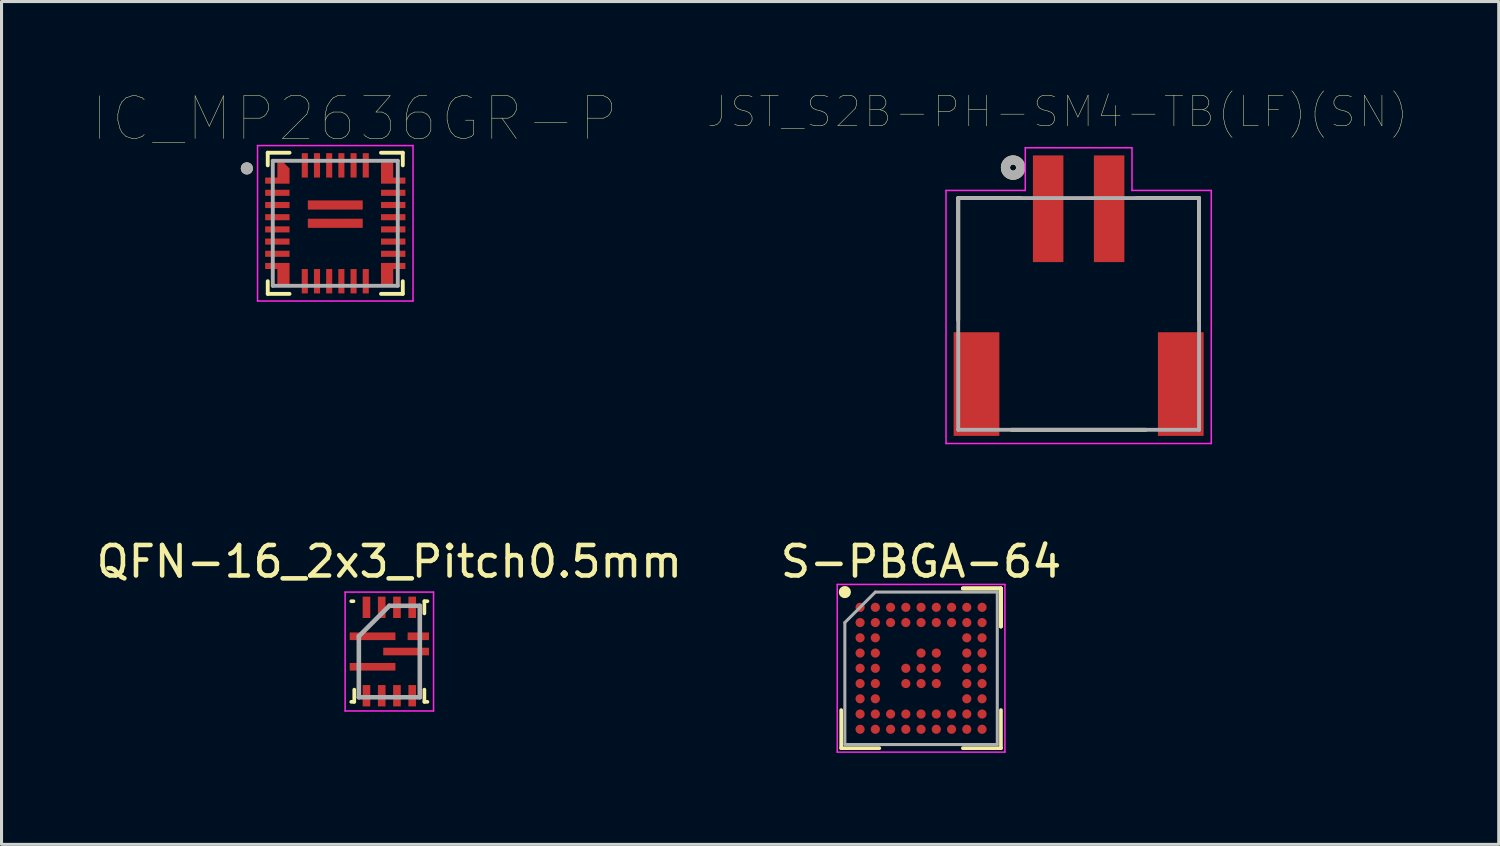
<source format=kicad_pcb>
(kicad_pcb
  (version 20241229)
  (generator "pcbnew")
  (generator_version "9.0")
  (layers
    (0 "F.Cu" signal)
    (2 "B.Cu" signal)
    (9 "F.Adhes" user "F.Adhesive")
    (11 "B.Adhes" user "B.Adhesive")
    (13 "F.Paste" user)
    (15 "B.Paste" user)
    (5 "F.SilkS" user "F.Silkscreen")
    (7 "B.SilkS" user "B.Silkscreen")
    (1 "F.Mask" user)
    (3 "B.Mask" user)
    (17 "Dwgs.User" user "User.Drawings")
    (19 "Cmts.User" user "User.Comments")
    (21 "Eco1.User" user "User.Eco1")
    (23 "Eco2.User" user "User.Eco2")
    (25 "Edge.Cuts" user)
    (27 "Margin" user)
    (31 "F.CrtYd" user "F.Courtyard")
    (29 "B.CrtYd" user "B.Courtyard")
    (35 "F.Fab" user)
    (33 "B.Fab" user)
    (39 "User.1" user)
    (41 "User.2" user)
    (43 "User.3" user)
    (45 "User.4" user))
  (footprint "S-PBGA-64"
    (layer "F.Cu")
    (at 27.161 18.87)
    (property "Reference" "S-PBGA-64" (at 0 -3.5 0) (layer "F.SilkS") (effects (font (size 1 1) (thickness 0.15))))
    (attr smd)
    (fp_line (start -2.62 2.62) (end -2.62 1.37) (stroke (width 0.12) (type solid)) (layer "F.SilkS"))
    (fp_line (start -1.37 2.62) (end -2.62 2.62) (stroke (width 0.12) (type solid)) (layer "F.SilkS"))
    (fp_line (start 1.37 -2.62) (end 2.62 -2.62) (stroke (width 0.12) (type solid)) (layer "F.SilkS"))
    (fp_line (start 1.37 -2.62) (end 2.62 -2.62) (stroke (width 0.12) (type solid)) (layer "F.SilkS"))
    (fp_line (start 1.37 -2.62) (end 2.62 -2.62) (stroke (width 0.12) (type solid)) (layer "F.SilkS"))
    (fp_line (start 1.37 2.62) (end 2.62 2.62) (stroke (width 0.12) (type solid)) (layer "F.SilkS"))
    (fp_line (start 2.62 -2.62) (end 2.62 -1.37) (stroke (width 0.12) (type solid)) (layer "F.SilkS"))
    (fp_line (start 2.62 -2.62) (end 2.62 -1.37) (stroke (width 0.12) (type solid)) (layer "F.SilkS"))
    (fp_line (start 2.62 -2.62) (end 2.62 -1.37) (stroke (width 0.12) (type solid)) (layer "F.SilkS"))
    (fp_line (start 2.62 2.62) (end 2.62 1.37) (stroke (width 0.12) (type solid)) (layer "F.SilkS"))
    (fp_circle (center -2.5 -2.5) (end -2.5 -2.4) (stroke (width 0.2) (type solid)) (fill no) (layer "F.SilkS"))
    (fp_line (start -2.75 -2.75) (end 2.75 -2.75) (stroke (width 0.05) (type solid)) (layer "F.CrtYd"))
    (fp_line (start -2.75 2.75) (end -2.75 -2.75) (stroke (width 0.05) (type solid)) (layer "F.CrtYd"))
    (fp_line (start 2.75 -2.75) (end 2.75 2.75) (stroke (width 0.05) (type solid)) (layer "F.CrtYd"))
    (fp_line (start 2.75 2.75) (end -2.75 2.75) (stroke (width 0.05) (type solid)) (layer "F.CrtYd"))
    (fp_line (start -2.5 -1.5) (end -2.5 2.5) (stroke (width 0.1) (type solid)) (layer "F.Fab"))
    (fp_line (start -2.5 2.5) (end 2.5 2.5) (stroke (width 0.1) (type solid)) (layer "F.Fab"))
    (fp_line (start -1.5 -2.5) (end -2.5 -1.5) (stroke (width 0.1) (type solid)) (layer "F.Fab"))
    (fp_line (start 2.5 -2.5) (end -1.5 -2.5) (stroke (width 0.1) (type solid)) (layer "F.Fab"))
    (fp_line (start 2.5 2.5) (end 2.5 -2.5) (stroke (width 0.1) (type solid)) (layer "F.Fab"))
    (pad "A1" smd circle (at -2 -2) (size 0.3 0.3) (layers "F.Cu" "F.Mask" "F.Paste"))
    (pad "A2" smd circle (at -1.5 -2) (size 0.3 0.3) (layers "F.Cu" "F.Mask" "F.Paste"))
    (pad "A3" smd circle (at -1 -2) (size 0.3 0.3) (layers "F.Cu" "F.Mask" "F.Paste"))
    (pad "A4" smd circle (at -0.5 -2) (size 0.3 0.3) (layers "F.Cu" "F.Mask" "F.Paste"))
    (pad "A5" smd circle (at 0 -2) (size 0.3 0.3) (layers "F.Cu" "F.Mask" "F.Paste"))
    (pad "A6" smd circle (at 0.5 -2) (size 0.3 0.3) (layers "F.Cu" "F.Mask" "F.Paste"))
    (pad "A7" smd circle (at 1 -2) (size 0.3 0.3) (layers "F.Cu" "F.Mask" "F.Paste"))
    (pad "A8" smd circle (at 1.5 -2) (size 0.3 0.3) (layers "F.Cu" "F.Mask" "F.Paste"))
    (pad "A9" smd circle (at 2 -2) (size 0.3 0.3) (layers "F.Cu" "F.Mask" "F.Paste"))
    (pad "B1" smd circle (at -2 -1.5) (size 0.3 0.3) (layers "F.Cu" "F.Mask" "F.Paste"))
    (pad "B2" smd circle (at -1.5 -1.5) (size 0.3 0.3) (layers "F.Cu" "F.Mask" "F.Paste"))
    (pad "B3" smd circle (at -1 -1.5) (size 0.3 0.3) (layers "F.Cu" "F.Mask" "F.Paste"))
    (pad "B4" smd circle (at -0.5 -1.5) (size 0.3 0.3) (layers "F.Cu" "F.Mask" "F.Paste"))
    (pad "B5" smd circle (at 0 -1.5) (size 0.3 0.3) (layers "F.Cu" "F.Mask" "F.Paste"))
    (pad "B6" smd circle (at 0.5 -1.5) (size 0.3 0.3) (layers "F.Cu" "F.Mask" "F.Paste"))
    (pad "B7" smd circle (at 1 -1.5) (size 0.3 0.3) (layers "F.Cu" "F.Mask" "F.Paste"))
    (pad "B8" smd circle (at 1.5 -1.5) (size 0.3 0.3) (layers "F.Cu" "F.Mask" "F.Paste"))
    (pad "B9" smd circle (at 2 -1.5) (size 0.3 0.3) (layers "F.Cu" "F.Mask" "F.Paste"))
    (pad "C1" smd circle (at -2 -1) (size 0.3 0.3) (layers "F.Cu" "F.Mask" "F.Paste"))
    (pad "C2" smd circle (at -1.5 -1) (size 0.3 0.3) (layers "F.Cu" "F.Mask" "F.Paste"))
    (pad "C8" smd circle (at 1.5 -1) (size 0.3 0.3) (layers "F.Cu" "F.Mask" "F.Paste"))
    (pad "C9" smd circle (at 2 -1) (size 0.3 0.3) (layers "F.Cu" "F.Mask" "F.Paste"))
    (pad "D1" smd circle (at -2 -0.5) (size 0.3 0.3) (layers "F.Cu" "F.Mask" "F.Paste"))
    (pad "D2" smd circle (at -1.5 -0.5) (size 0.3 0.3) (layers "F.Cu" "F.Mask" "F.Paste"))
    (pad "D5" smd circle (at 0 -0.5) (size 0.3 0.3) (layers "F.Cu" "F.Mask" "F.Paste"))
    (pad "D6" smd circle (at 0.5 -0.5) (size 0.3 0.3) (layers "F.Cu" "F.Mask" "F.Paste"))
    (pad "D8" smd circle (at 1.5 -0.5) (size 0.3 0.3) (layers "F.Cu" "F.Mask" "F.Paste"))
    (pad "D9" smd circle (at 2 -0.5) (size 0.3 0.3) (layers "F.Cu" "F.Mask" "F.Paste"))
    (pad "E1" smd circle (at -2 0) (size 0.3 0.3) (layers "F.Cu" "F.Mask" "F.Paste"))
    (pad "E2" smd circle (at -1.5 0) (size 0.3 0.3) (layers "F.Cu" "F.Mask" "F.Paste"))
    (pad "E4" smd circle (at -0.5 0) (size 0.3 0.3) (layers "F.Cu" "F.Mask" "F.Paste"))
    (pad "E5" smd circle (at 0 0) (size 0.3 0.3) (layers "F.Cu" "F.Mask" "F.Paste"))
    (pad "E6" smd circle (at 0.5 0) (size 0.3 0.3) (layers "F.Cu" "F.Mask" "F.Paste"))
    (pad "E8" smd circle (at 1.5 0) (size 0.3 0.3) (layers "F.Cu" "F.Mask" "F.Paste"))
    (pad "E9" smd circle (at 2 0) (size 0.3 0.3) (layers "F.Cu" "F.Mask" "F.Paste"))
    (pad "F1" smd circle (at -2 0.5) (size 0.3 0.3) (layers "F.Cu" "F.Mask" "F.Paste"))
    (pad "F2" smd circle (at -1.5 0.5) (size 0.3 0.3) (layers "F.Cu" "F.Mask" "F.Paste"))
    (pad "F4" smd circle (at -0.5 0.5) (size 0.3 0.3) (layers "F.Cu" "F.Mask" "F.Paste"))
    (pad "F5" smd circle (at 0 0.5) (size 0.3 0.3) (layers "F.Cu" "F.Mask" "F.Paste"))
    (pad "F6" smd circle (at 0.5 0.5) (size 0.3 0.3) (layers "F.Cu" "F.Mask" "F.Paste"))
    (pad "F8" smd circle (at 1.5 0.5) (size 0.3 0.3) (layers "F.Cu" "F.Mask" "F.Paste"))
    (pad "F9" smd circle (at 2 0.5) (size 0.3 0.3) (layers "F.Cu" "F.Mask" "F.Paste"))
    (pad "G1" smd circle (at -2 1) (size 0.3 0.3) (layers "F.Cu" "F.Mask" "F.Paste"))
    (pad "G2" smd circle (at -1.5 1) (size 0.3 0.3) (layers "F.Cu" "F.Mask" "F.Paste"))
    (pad "G8" smd circle (at 1.5 1) (size 0.3 0.3) (layers "F.Cu" "F.Mask" "F.Paste"))
    (pad "G9" smd circle (at 2 1) (size 0.3 0.3) (layers "F.Cu" "F.Mask" "F.Paste"))
    (pad "H1" smd circle (at -2 1.5) (size 0.3 0.3) (layers "F.Cu" "F.Mask" "F.Paste"))
    (pad "H2" smd circle (at -1.5 1.5) (size 0.3 0.3) (layers "F.Cu" "F.Mask" "F.Paste"))
    (pad "H3" smd circle (at -1 1.5) (size 0.3 0.3) (layers "F.Cu" "F.Mask" "F.Paste"))
    (pad "H4" smd circle (at -0.5 1.5) (size 0.3 0.3) (layers "F.Cu" "F.Mask" "F.Paste"))
    (pad "H5" smd circle (at 0 1.5) (size 0.3 0.3) (layers "F.Cu" "F.Mask" "F.Paste"))
    (pad "H6" smd circle (at 0.5 1.5) (size 0.3 0.3) (layers "F.Cu" "F.Mask" "F.Paste"))
    (pad "H7" smd circle (at 1 1.5) (size 0.3 0.3) (layers "F.Cu" "F.Mask" "F.Paste"))
    (pad "H8" smd circle (at 1.5 1.5) (size 0.3 0.3) (layers "F.Cu" "F.Mask" "F.Paste"))
    (pad "H9" smd circle (at 2 1.5) (size 0.3 0.3) (layers "F.Cu" "F.Mask" "F.Paste"))
    (pad "J1" smd circle (at -2 2) (size 0.3 0.3) (layers "F.Cu" "F.Mask" "F.Paste"))
    (pad "J2" smd circle (at -1.5 2) (size 0.3 0.3) (layers "F.Cu" "F.Mask" "F.Paste"))
    (pad "J3" smd circle (at -1 2) (size 0.3 0.3) (layers "F.Cu" "F.Mask" "F.Paste"))
    (pad "J4" smd circle (at -0.5 2) (size 0.3 0.3) (layers "F.Cu" "F.Mask" "F.Paste"))
    (pad "J5" smd circle (at 0 2) (size 0.3 0.3) (layers "F.Cu" "F.Mask" "F.Paste"))
    (pad "J6" smd circle (at 0.5 2) (size 0.3 0.3) (layers "F.Cu" "F.Mask" "F.Paste"))
    (pad "J7" smd circle (at 1 2) (size 0.3 0.3) (layers "F.Cu" "F.Mask" "F.Paste"))
    (pad "J8" smd circle (at 1.5 2) (size 0.3 0.3) (layers "F.Cu" "F.Mask" "F.Paste"))
    (pad "J9" smd circle (at 2 2) (size 0.3 0.3) (layers "F.Cu" "F.Mask" "F.Paste")))
  (footprint "IC_MP2636GR-P"
    (layer "F.Cu")
    (at 7.947 4.274)
    (property "Reference" "IC_MP2636GR-P" (at 0.635 -3.429 0) (layer "F.SilkS") (effects (font (size 1.4 1.4) (thickness 0.015))))
    (attr through_hole)
    (fp_line (start -2.215 -2.315) (end -1.5 -2.315) (stroke (width 0.127) (type solid)) (layer "F.SilkS"))
    (fp_line (start -2.215 -1.9) (end -2.215 -2.315) (stroke (width 0.127) (type solid)) (layer "F.SilkS"))
    (fp_line (start -2.215 1.9) (end -2.215 2.315) (stroke (width 0.127) (type solid)) (layer "F.SilkS"))
    (fp_line (start -2.215 2.315) (end -1.5 2.315) (stroke (width 0.127) (type solid)) (layer "F.SilkS"))
    (fp_line (start 2.215 -2.315) (end 1.5 -2.315) (stroke (width 0.127) (type solid)) (layer "F.SilkS"))
    (fp_line (start 2.215 -1.9) (end 2.215 -2.315) (stroke (width 0.127) (type solid)) (layer "F.SilkS"))
    (fp_line (start 2.215 1.9) (end 2.215 2.315) (stroke (width 0.127) (type solid)) (layer "F.SilkS"))
    (fp_line (start 2.215 2.315) (end 1.5 2.315) (stroke (width 0.127) (type solid)) (layer "F.SilkS"))
    (fp_circle (center -2.9 -1.8) (end -2.8 -1.8) (stroke (width 0.2) (type solid)) (fill no) (layer "F.SilkS"))
    (fp_line (start -2.55 -2.55) (end 2.55 -2.55) (stroke (width 0.05) (type solid)) (layer "F.CrtYd"))
    (fp_line (start -2.55 2.55) (end -2.55 -2.55) (stroke (width 0.05) (type solid)) (layer "F.CrtYd"))
    (fp_line (start 2.55 -2.55) (end 2.55 2.55) (stroke (width 0.05) (type solid)) (layer "F.CrtYd"))
    (fp_line (start 2.55 2.55) (end -2.55 2.55) (stroke (width 0.05) (type solid)) (layer "F.CrtYd"))
    (fp_line (start -2.05 -2.05) (end 2.05 -2.05) (stroke (width 0.127) (type solid)) (layer "F.Fab"))
    (fp_line (start -2.05 2.05) (end -2.05 -2.05) (stroke (width 0.127) (type solid)) (layer "F.Fab"))
    (fp_line (start 2.05 -2.05) (end 2.05 2.05) (stroke (width 0.127) (type solid)) (layer "F.Fab"))
    (fp_line (start 2.05 2.05) (end -2.05 2.05) (stroke (width 0.127) (type solid)) (layer "F.Fab"))
    (fp_circle (center -2.9 -1.8) (end -2.8 -1.8) (stroke (width 0.2) (type solid)) (fill no) (layer "F.Fab"))
    (pad "1" smd custom (at -1.9 -1.4) (size 0.8 0.2) (layers "F.Cu" "F.Mask" "F.Paste") (options (anchor rect)) (primitives (gr_poly (pts (xy 0.4 -0.4) (xy 0.4 0.1) (xy 0 0.1) (xy 0 -0.6) (xy 0.2 -0.6)) (width 0) (fill yes))))
    (pad "2" smd rect (at -1.9 -1) (size 0.8 0.2) (layers "F.Cu" "F.Mask" "F.Paste"))
    (pad "3" smd rect (at -1.9 -0.6) (size 0.8 0.2) (layers "F.Cu" "F.Mask" "F.Paste"))
    (pad "4" smd rect (at -1.9 -0.2) (size 0.8 0.2) (layers "F.Cu" "F.Mask" "F.Paste"))
    (pad "5" smd rect (at -1.9 0.2) (size 0.8 0.2) (layers "F.Cu" "F.Mask" "F.Paste"))
    (pad "6" smd rect (at -1.9 0.6) (size 0.8 0.2) (layers "F.Cu" "F.Mask" "F.Paste"))
    (pad "7" smd rect (at -1.9 1) (size 0.8 0.2) (layers "F.Cu" "F.Mask" "F.Paste"))
    (pad "8" smd custom (at -1.9 1.4) (size 0.8 0.2) (layers "F.Cu" "F.Mask" "F.Paste") (options (anchor rect)) (primitives (gr_poly (pts (xy 0.4 0.6) (xy 0 0.6) (xy 0 -0.1) (xy 0.4 -0.1)) (width 0) (fill yes))))
    (pad "9" smd rect (at -1 1.9) (size 0.2 0.8) (layers "F.Cu" "F.Mask" "F.Paste"))
    (pad "10" smd rect (at -0.6 1.9) (size 0.2 0.8) (layers "F.Cu" "F.Mask" "F.Paste"))
    (pad "11" smd rect (at -0.2 1.9) (size 0.2 0.8) (layers "F.Cu" "F.Mask" "F.Paste"))
    (pad "12" smd rect (at 0.2 1.9) (size 0.2 0.8) (layers "F.Cu" "F.Mask" "F.Paste"))
    (pad "13" smd rect (at 0.6 1.9) (size 0.2 0.8) (layers "F.Cu" "F.Mask" "F.Paste"))
    (pad "14" smd rect (at 1 1.9) (size 0.2 0.8) (layers "F.Cu" "F.Mask" "F.Paste"))
    (pad "15" smd custom (at 1.9 1.4) (size 0.8 0.2) (layers "F.Cu" "F.Mask" "F.Paste") (options (anchor rect)) (primitives (gr_poly (pts (xy 0 0.6) (xy -0.4 0.6) (xy -0.4 -0.1) (xy 0 -0.1)) (width 0) (fill yes))))
    (pad "16" smd rect (at 1.9 1) (size 0.8 0.2) (layers "F.Cu" "F.Mask" "F.Paste"))
    (pad "17" smd rect (at 1.9 0.6) (size 0.8 0.2) (layers "F.Cu" "F.Mask" "F.Paste"))
    (pad "18" smd rect (at 1.9 0.2) (size 0.8 0.2) (layers "F.Cu" "F.Mask" "F.Paste"))
    (pad "19" smd rect (at 1.9 -0.2) (size 0.8 0.2) (layers "F.Cu" "F.Mask" "F.Paste"))
    (pad "20" smd rect (at 1.9 -0.6) (size 0.8 0.2) (layers "F.Cu" "F.Mask" "F.Paste"))
    (pad "21" smd rect (at 1.9 -1) (size 0.8 0.2) (layers "F.Cu" "F.Mask" "F.Paste"))
    (pad "22" smd custom (at 1.9 -1.4) (size 0.8 0.2) (layers "F.Cu" "F.Mask" "F.Paste") (options (anchor rect)) (primitives (gr_poly (pts (xy 0 0.1) (xy -0.4 0.1) (xy -0.4 -0.6) (xy 0 -0.6)) (width 0) (fill yes))))
    (pad "23" smd rect (at 1 -1.9) (size 0.2 0.8) (layers "F.Cu" "F.Mask" "F.Paste"))
    (pad "24" smd rect (at 0.6 -1.9) (size 0.2 0.8) (layers "F.Cu" "F.Mask" "F.Paste"))
    (pad "25" smd rect (at 0.2 -1.9) (size 0.2 0.8) (layers "F.Cu" "F.Mask" "F.Paste"))
    (pad "26" smd rect (at -0.2 -1.9) (size 0.2 0.8) (layers "F.Cu" "F.Mask" "F.Paste"))
    (pad "27" smd rect (at -0.6 -1.9) (size 0.2 0.8) (layers "F.Cu" "F.Mask" "F.Paste"))
    (pad "28" smd rect (at -1 -1.9) (size 0.2 0.8) (layers "F.Cu" "F.Mask" "F.Paste"))
    (pad "29" smd rect (at 0 -0.6) (size 1.8 0.3) (layers "F.Cu" "F.Mask" "F.Paste"))
    (pad "30" smd rect (at 0 0) (size 1.8 0.3) (layers "F.Cu" "F.Mask" "F.Paste")))
  (footprint "JST_S2B-PH-SM4-TB(LF)(SN)"
    (layer "F.Cu")
    (at 32.329 3.797)
    (property "Reference" "JST_S2B-PH-SM4-TB(LF)(SN)" (at -0.692 -3.184 0) (layer "F.SilkS") (effects (font (size 1.002 1.002) (thickness 0.015))))
    (attr through_hole)
    (fp_line (start -3.95 -0.35) (end -3.95 3.65) (stroke (width 0.127) (type solid)) (layer "F.SilkS"))
    (fp_line (start -2.2 7.25) (end 2.2 7.25) (stroke (width 0.127) (type solid)) (layer "F.SilkS"))
    (fp_line (start -1.9 -0.35) (end -3.95 -0.35) (stroke (width 0.127) (type solid)) (layer "F.SilkS"))
    (fp_line (start 3.95 -0.35) (end 1.9 -0.35) (stroke (width 0.127) (type solid)) (layer "F.SilkS"))
    (fp_line (start 3.95 3.65) (end 3.95 -0.35) (stroke (width 0.127) (type solid)) (layer "F.SilkS"))
    (fp_circle (center -2.15 -1.35) (end -2.05 -1.35) (stroke (width 0.3) (type solid)) (fill no) (layer "F.SilkS"))
    (fp_line (start -4.35 -0.6) (end -1.75 -0.6) (stroke (width 0.05) (type solid)) (layer "F.CrtYd"))
    (fp_line (start -4.35 7.7) (end -4.35 -0.6) (stroke (width 0.05) (type solid)) (layer "F.CrtYd"))
    (fp_line (start -1.75 -2) (end 1.75 -2) (stroke (width 0.05) (type solid)) (layer "F.CrtYd"))
    (fp_line (start -1.75 -0.6) (end -1.75 -2) (stroke (width 0.05) (type solid)) (layer "F.CrtYd"))
    (fp_line (start 1.75 -2) (end 1.75 -0.6) (stroke (width 0.05) (type solid)) (layer "F.CrtYd"))
    (fp_line (start 1.75 -0.6) (end 4.35 -0.6) (stroke (width 0.05) (type solid)) (layer "F.CrtYd"))
    (fp_line (start 4.35 -0.6) (end 4.35 7.7) (stroke (width 0.05) (type solid)) (layer "F.CrtYd"))
    (fp_line (start 4.35 7.7) (end -4.35 7.7) (stroke (width 0.05) (type solid)) (layer "F.CrtYd"))
    (fp_line (start -3.95 -0.35) (end 3.95 -0.35) (stroke (width 0.127) (type solid)) (layer "F.Fab"))
    (fp_line (start -3.95 7.25) (end -3.95 -0.35) (stroke (width 0.127) (type solid)) (layer "F.Fab"))
    (fp_line (start 3.95 -0.35) (end 3.95 7.25) (stroke (width 0.127) (type solid)) (layer "F.Fab"))
    (fp_line (start 3.95 7.25) (end -3.95 7.25) (stroke (width 0.127) (type solid)) (layer "F.Fab"))
    (fp_circle (center -2.15 -1.35) (end -2.05 -1.35) (stroke (width 0.3) (type solid)) (fill no) (layer "F.Fab"))
    (pad "1" smd rect (at -1 0) (size 1 3.5) (layers "F.Cu" "F.Mask" "F.Paste"))
    (pad "2" smd rect (at 1 0) (size 1 3.5) (layers "F.Cu" "F.Mask" "F.Paste"))
    (pad "MP" smd rect (at -3.35 5.75) (size 1.5 3.4) (layers "F.Cu" "F.Mask" "F.Paste"))
    (pad "MP" smd rect (at 3.35 5.75) (size 1.5 3.4) (layers "F.Cu" "F.Mask" "F.Paste")))
  (footprint "QFN-16_2x3_Pitch0.5mm"
    (layer "F.Cu")
    (at 9.72 18.32)
    (property "Reference" "QFN-16_2x3_Pitch0.5mm" (at 0 -2.95 0) (layer "F.SilkS") (effects (font (size 1 1) (thickness 0.15))))
    (attr smd)
    (fp_line (start -1.25 -1.65) (end -1.175 -1.65) (stroke (width 0.12) (type solid)) (layer "F.SilkS"))
    (fp_line (start -1.25 1.65) (end -1.15 1.65) (stroke (width 0.12) (type solid)) (layer "F.SilkS"))
    (fp_line (start -1.15 1.65) (end -1.15 1.25) (stroke (width 0.12) (type solid)) (layer "F.SilkS"))
    (fp_line (start 1.15 -1.65) (end 1.15 -1.25) (stroke (width 0.12) (type solid)) (layer "F.SilkS"))
    (fp_line (start 1.15 1.65) (end 1.15 1.25) (stroke (width 0.12) (type solid)) (layer "F.SilkS"))
    (fp_line (start 1.25 -1.65) (end 1.15 -1.65) (stroke (width 0.12) (type solid)) (layer "F.SilkS"))
    (fp_line (start 1.25 1.65) (end 1.15 1.65) (stroke (width 0.12) (type solid)) (layer "F.SilkS"))
    (fp_line (start -1.45 -1.95) (end 1.45 -1.95) (stroke (width 0.05) (type solid)) (layer "F.CrtYd"))
    (fp_line (start -1.45 1.95) (end -1.45 -1.95) (stroke (width 0.05) (type solid)) (layer "F.CrtYd"))
    (fp_line (start 1.45 -1.95) (end 1.45 1.95) (stroke (width 0.05) (type solid)) (layer "F.CrtYd"))
    (fp_line (start 1.45 1.95) (end -1.45 1.95) (stroke (width 0.05) (type solid)) (layer "F.CrtYd"))
    (fp_line (start -1 -0.5) (end -1 1.5) (stroke (width 0.15) (type solid)) (layer "F.Fab"))
    (fp_line (start -1 1.5) (end 1 1.5) (stroke (width 0.15) (type solid)) (layer "F.Fab"))
    (fp_line (start 0 -1.5) (end -1 -0.5) (stroke (width 0.15) (type solid)) (layer "F.Fab"))
    (fp_line (start 1 -1.5) (end 0 -1.5) (stroke (width 0.15) (type solid)) (layer "F.Fab"))
    (fp_line (start 1 1.5) (end 1 -1.5) (stroke (width 0.15) (type solid)) (layer "F.Fab"))
    (pad "1" smd rect (at -0.55 -0.5 90) (size 0.25 1.5) (layers "F.Cu" "F.Mask" "F.Paste"))
    (pad "2" smd rect (at -0.55 0.5 90) (size 0.25 1.5) (layers "F.Cu" "F.Mask" "F.Paste"))
    (pad "3" smd rect (at -0.75 1.45) (size 0.25 0.7) (layers "F.Cu" "F.Mask" "F.Paste"))
    (pad "4" smd rect (at -0.25 1.45) (size 0.25 0.7) (layers "F.Cu" "F.Mask" "F.Paste"))
    (pad "5" smd rect (at 0.25 1.45) (size 0.25 0.7) (layers "F.Cu" "F.Mask" "F.Paste"))
    (pad "6" smd rect (at 0.75 1.45) (size 0.25 0.7) (layers "F.Cu" "F.Mask" "F.Paste"))
    (pad "7" smd rect (at 0.55 0 90) (size 0.25 1.5) (layers "F.Cu" "F.Mask" "F.Paste"))
    (pad "8" smd rect (at 0.95 -0.5 90) (size 0.25 0.7) (layers "F.Cu" "F.Mask" "F.Paste"))
    (pad "9" smd rect (at 0.75 -1.45) (size 0.25 0.7) (layers "F.Cu" "F.Mask" "F.Paste"))
    (pad "10" smd rect (at 0.25 -1.45) (size 0.25 0.7) (layers "F.Cu" "F.Mask" "F.Paste"))
    (pad "11" smd rect (at -0.25 -1.45) (size 0.25 0.7) (layers "F.Cu" "F.Mask" "F.Paste"))
    (pad "12" smd rect (at -0.75 -1.45) (size 0.25 0.7) (layers "F.Cu" "F.Mask" "F.Paste")))
  (gr_rect
    (start -3 -3)
    (end 46.108 24.645)
    (stroke (width 0.1) (type default))
    (fill no)
    (layer "Edge.Cuts")))
</source>
